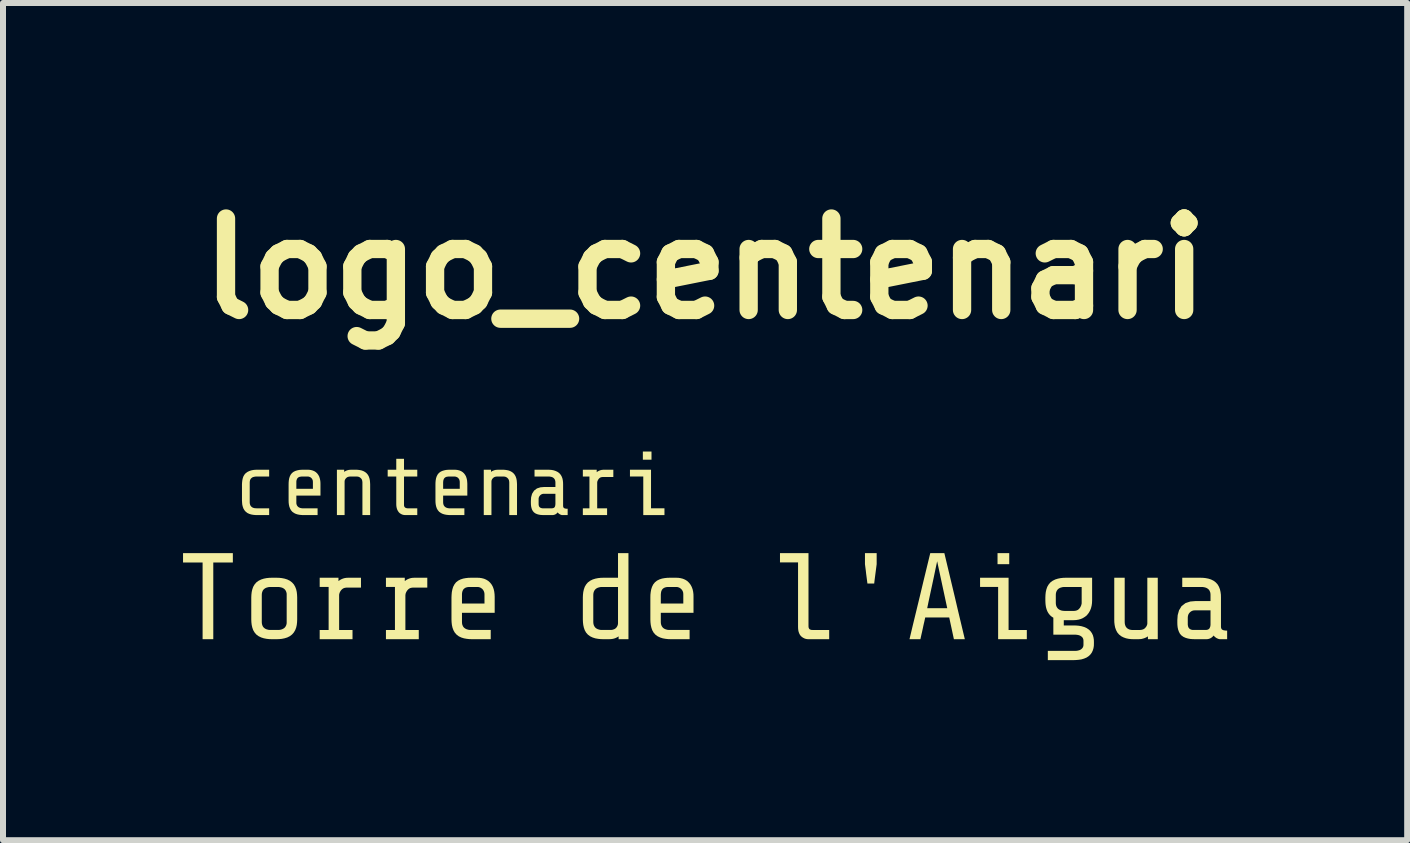
<source format=kicad_pcb>
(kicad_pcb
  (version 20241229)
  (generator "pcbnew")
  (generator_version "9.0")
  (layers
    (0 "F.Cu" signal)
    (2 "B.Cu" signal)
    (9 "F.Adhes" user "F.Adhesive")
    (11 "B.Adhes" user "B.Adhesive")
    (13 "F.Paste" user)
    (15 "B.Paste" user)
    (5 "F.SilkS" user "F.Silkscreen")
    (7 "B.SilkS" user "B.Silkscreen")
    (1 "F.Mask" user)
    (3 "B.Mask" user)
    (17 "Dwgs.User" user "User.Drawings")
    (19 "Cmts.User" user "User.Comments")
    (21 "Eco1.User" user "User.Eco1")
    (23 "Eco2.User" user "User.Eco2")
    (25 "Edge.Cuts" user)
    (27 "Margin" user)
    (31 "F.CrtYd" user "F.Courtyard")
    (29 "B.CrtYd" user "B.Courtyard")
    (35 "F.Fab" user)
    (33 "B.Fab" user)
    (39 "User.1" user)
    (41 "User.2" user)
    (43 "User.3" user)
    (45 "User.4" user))
  (footprint "logo_centenari"
    (layer "F.Cu")
    (at 8.699 6.212)
    (property "Reference" "logo_centenari" (at 0 -4.786 0) (layer "F.SilkS") (effects (font (size 1.524 1.524) (thickness 0.305))))
    (attr smd)
    (fp_poly (pts (xy -0.893 -1.738) (xy -0.893 -1.715) (xy -0.893 -1.693) (xy -0.893 -1.67) (xy -0.893 -1.647) (xy -0.893 -1.624) (xy -0.893 -1.602) (xy -0.917 -1.602) (xy -0.941 -1.602) (xy -0.965 -1.602) (xy -0.989 -1.602) (xy -1.013 -1.602) (xy -1.037 -1.602) (xy -1.037 -1.624) (xy -1.037 -1.647) (xy -1.037 -1.669) (xy -1.037 -1.692) (xy -1.037 -1.715) (xy -1.037 -1.738) (xy -1.013 -1.738) (xy -0.99 -1.738) (xy -0.966 -1.738) (xy -0.942 -1.738) (xy -0.918 -1.738) (xy -0.893 -1.738)) (stroke (width 0) (type solid)) (fill yes) (layer "F.SilkS"))
    (fp_poly (pts (xy 5.068 -0.045) (xy 5.068 -0.014) (xy 5.068 0.017) (xy 5.068 0.047) (xy 5.068 0.078) (xy 5.068 0.109) (xy 5.068 0.139) (xy 5.035 0.139) (xy 5.003 0.139) (xy 4.97 0.139) (xy 4.938 0.139) (xy 4.906 0.139) (xy 4.873 0.139) (xy 4.873 0.109) (xy 4.873 0.078) (xy 4.873 0.047) (xy 4.873 0.017) (xy 4.873 -0.014) (xy 4.873 -0.045) (xy 4.906 -0.045) (xy 4.938 -0.045) (xy 4.97 -0.045) (xy 5.003 -0.045) (xy 5.035 -0.045) (xy 5.068 -0.045)) (stroke (width 0) (type solid)) (fill yes) (layer "F.SilkS"))
    (fp_poly (pts (xy 2.664 0.139) (xy 2.664 0.109) (xy 2.664 0.078) (xy 2.664 0.047) (xy 2.664 0.017) (xy 2.664 -0.014) (xy 2.664 -0.045) (xy 2.696 -0.045) (xy 2.729 -0.045) (xy 2.761 -0.045) (xy 2.794 -0.045) (xy 2.826 -0.045) (xy 2.859 -0.045) (xy 2.859 -0.014) (xy 2.859 0.017) (xy 2.859 0.047) (xy 2.859 0.078) (xy 2.859 0.109) (xy 2.859 0.139) (xy 2.852 0.193) (xy 2.845 0.247) (xy 2.838 0.3) (xy 2.831 0.354) (xy 2.824 0.408) (xy 2.818 0.461) (xy 2.799 0.461) (xy 2.78 0.461) (xy 2.762 0.461) (xy 2.743 0.461) (xy 2.724 0.461) (xy 2.705 0.461) (xy 2.698 0.407) (xy 2.691 0.354) (xy 2.684 0.301) (xy 2.678 0.247) (xy 2.671 0.193) (xy 2.664 0.139)) (stroke (width 0) (type solid)) (fill yes) (layer "F.SilkS"))
    (fp_poly (pts (xy -8.373 1.389) (xy -8.373 1.176) (xy -8.373 0.963) (xy -8.373 0.75) (xy -8.373 0.537) (xy -8.373 0.324) (xy -8.373 0.111) (xy -8.428 0.111) (xy -8.482 0.111) (xy -8.536 0.111) (xy -8.59 0.111) (xy -8.645 0.111) (xy -8.699 0.111) (xy -8.699 0.085) (xy -8.699 0.059) (xy -8.699 0.033) (xy -8.699 0.007) (xy -8.699 -0.019) (xy -8.699 -0.045) (xy -8.56 -0.045) (xy -8.422 -0.045) (xy -8.284 -0.045) (xy -8.145 -0.045) (xy -8.007 -0.045) (xy -7.869 -0.045) (xy -7.869 -0.019) (xy -7.869 0.007) (xy -7.869 0.032) (xy -7.869 0.059) (xy -7.869 0.085) (xy -7.869 0.111) (xy -7.923 0.111) (xy -7.978 0.111) (xy -8.032 0.111) (xy -8.086 0.111) (xy -8.141 0.111) (xy -8.195 0.111) (xy -8.195 0.324) (xy -8.195 0.537) (xy -8.195 0.75) (xy -8.195 0.963) (xy -8.195 1.176) (xy -8.195 1.389) (xy -8.225 1.389) (xy -8.254 1.389) (xy -8.284 1.389) (xy -8.314 1.389) (xy -8.343 1.389) (xy -8.373 1.389)) (stroke (width 0) (type solid)) (fill yes) (layer "F.SilkS"))
    (fp_poly (pts (xy -1.252 -1.322) (xy -1.252 -1.34) (xy -1.252 -1.359) (xy -1.252 -1.378) (xy -1.252 -1.397) (xy -1.252 -1.416) (xy -1.252 -1.435) (xy -1.193 -1.435) (xy -1.135 -1.435) (xy -1.077 -1.435) (xy -1.018 -1.435) (xy -0.959 -1.435) (xy -0.901 -1.435) (xy -0.901 -1.328) (xy -0.901 -1.22) (xy -0.901 -1.113) (xy -0.901 -1.006) (xy -0.901 -0.899) (xy -0.901 -0.792) (xy -0.863 -0.792) (xy -0.826 -0.792) (xy -0.789 -0.792) (xy -0.752 -0.792) (xy -0.715 -0.792) (xy -0.677 -0.792) (xy -0.677 -0.773) (xy -0.677 -0.754) (xy -0.677 -0.736) (xy -0.677 -0.717) (xy -0.677 -0.698) (xy -0.677 -0.679) (xy -0.736 -0.679) (xy -0.795 -0.679) (xy -0.853 -0.679) (xy -0.912 -0.679) (xy -0.971 -0.679) (xy -1.03 -0.679) (xy -1.03 -0.786) (xy -1.03 -0.893) (xy -1.03 -1) (xy -1.03 -1.108) (xy -1.03 -1.215) (xy -1.03 -1.322) (xy -1.067 -1.322) (xy -1.104 -1.322) (xy -1.141 -1.322) (xy -1.178 -1.322) (xy -1.215 -1.322) (xy -1.252 -1.322)) (stroke (width 0) (type solid)) (fill yes) (layer "F.SilkS"))
    (fp_poly (pts (xy 4.582 0.518) (xy 4.582 0.493) (xy 4.582 0.468) (xy 4.582 0.442) (xy 4.582 0.416) (xy 4.582 0.391) (xy 4.582 0.365) (xy 4.661 0.365) (xy 4.74 0.365) (xy 4.82 0.365) (xy 4.899 0.365) (xy 4.978 0.365) (xy 5.057 0.365) (xy 5.057 0.51) (xy 5.057 0.655) (xy 5.057 0.8) (xy 5.057 0.945) (xy 5.057 1.09) (xy 5.057 1.236) (xy 5.108 1.236) (xy 5.158 1.236) (xy 5.209 1.236) (xy 5.259 1.236) (xy 5.31 1.236) (xy 5.361 1.236) (xy 5.361 1.261) (xy 5.361 1.287) (xy 5.361 1.312) (xy 5.361 1.338) (xy 5.361 1.363) (xy 5.361 1.389) (xy 5.281 1.389) (xy 5.201 1.389) (xy 5.122 1.389) (xy 5.042 1.389) (xy 4.963 1.389) (xy 4.883 1.389) (xy 4.883 1.244) (xy 4.883 1.099) (xy 4.883 0.954) (xy 4.883 0.809) (xy 4.883 0.664) (xy 4.883 0.518) (xy 4.833 0.518) (xy 4.783 0.518) (xy 4.733 0.518) (xy 4.682 0.518) (xy 4.632 0.518) (xy 4.582 0.518)) (stroke (width 0) (type solid)) (fill yes) (layer "F.SilkS"))
    (fp_poly (pts (xy 3.752 -0.045) (xy 3.867 0.09) (xy 3.895 0.221) (xy 3.923 0.351) (xy 3.951 0.482) (xy 3.979 0.612) (xy 4.007 0.743) (xy 4.035 0.873) (xy 3.979 0.873) (xy 3.924 0.873) (xy 3.868 0.873) (xy 3.812 0.873) (xy 3.756 0.873) (xy 3.701 0.873) (xy 3.728 0.743) (xy 3.756 0.612) (xy 3.784 0.482) (xy 3.812 0.351) (xy 3.839 0.221) (xy 3.867 0.09) (xy 3.752 -0.045) (xy 3.694 0.194) (xy 3.636 0.433) (xy 3.579 0.672) (xy 3.521 0.911) (xy 3.463 1.15) (xy 3.406 1.389) (xy 3.436 1.389) (xy 3.466 1.389) (xy 3.497 1.389) (xy 3.527 1.389) (xy 3.557 1.389) (xy 3.588 1.389) (xy 3.601 1.329) (xy 3.615 1.268) (xy 3.628 1.208) (xy 3.641 1.147) (xy 3.655 1.087) (xy 3.668 1.027) (xy 3.734 1.027) (xy 3.801 1.027) (xy 3.868 1.027) (xy 3.935 1.027) (xy 4.001 1.027) (xy 4.068 1.027) (xy 4.081 1.087) (xy 4.094 1.148) (xy 4.107 1.208) (xy 4.12 1.269) (xy 4.133 1.329) (xy 4.146 1.389) (xy 4.176 1.389) (xy 4.206 1.389) (xy 4.237 1.389) (xy 4.267 1.389) (xy 4.297 1.389) (xy 4.328 1.389) (xy 4.271 1.15) (xy 4.214 0.911) (xy 4.158 0.672) (xy 4.101 0.433) (xy 4.044 0.194) (xy 3.987 -0.045) (xy 3.948 -0.045) (xy 3.909 -0.045) (xy 3.87 -0.045) (xy 3.83 -0.045) (xy 3.791 -0.045) (xy 3.752 -0.045)) (stroke (width 0) (type solid)) (fill yes) (layer "F.SilkS"))
    (fp_poly (pts (xy 1.723 1.389) (xy 1.701 1.388) (xy 1.679 1.384) (xy 1.657 1.377) (xy 1.637 1.367) (xy 1.618 1.355) (xy 1.6 1.34) (xy 1.582 1.319) (xy 1.569 1.294) (xy 1.559 1.268) (xy 1.553 1.24) (xy 1.55 1.213) (xy 1.549 1.184) (xy 1.549 1.005) (xy 1.549 0.826) (xy 1.549 0.646) (xy 1.549 0.467) (xy 1.549 0.288) (xy 1.549 0.109) (xy 1.499 0.109) (xy 1.449 0.109) (xy 1.399 0.109) (xy 1.348 0.109) (xy 1.298 0.109) (xy 1.248 0.109) (xy 1.248 0.083) (xy 1.248 0.058) (xy 1.248 0.032) (xy 1.248 0.007) (xy 1.248 -0.019) (xy 1.248 -0.045) (xy 1.327 -0.045) (xy 1.406 -0.045) (xy 1.486 -0.045) (xy 1.565 -0.045) (xy 1.644 -0.045) (xy 1.723 -0.045) (xy 1.723 0.158) (xy 1.723 0.361) (xy 1.723 0.565) (xy 1.723 0.768) (xy 1.723 0.971) (xy 1.723 1.174) (xy 1.724 1.183) (xy 1.725 1.191) (xy 1.726 1.199) (xy 1.73 1.207) (xy 1.734 1.215) (xy 1.74 1.221) (xy 1.748 1.227) (xy 1.757 1.23) (xy 1.766 1.233) (xy 1.775 1.235) (xy 1.785 1.235) (xy 1.795 1.236) (xy 1.841 1.236) (xy 1.886 1.236) (xy 1.931 1.236) (xy 1.977 1.236) (xy 2.022 1.236) (xy 2.068 1.236) (xy 2.068 1.261) (xy 2.068 1.286) (xy 2.068 1.312) (xy 2.068 1.338) (xy 2.068 1.363) (xy 2.068 1.389) (xy 2.01 1.389) (xy 1.953 1.389) (xy 1.896 1.389) (xy 1.838 1.389) (xy 1.78 1.389) (xy 1.723 1.389)) (stroke (width 0) (type solid)) (fill yes) (layer "F.SilkS"))
    (fp_poly (pts (xy -7.459 -0.679) (xy -7.494 -0.68) (xy -7.528 -0.683) (xy -7.562 -0.689) (xy -7.595 -0.699) (xy -7.627 -0.714) (xy -7.654 -0.735) (xy -7.676 -0.76) (xy -7.693 -0.789) (xy -7.704 -0.821) (xy -7.712 -0.853) (xy -7.715 -0.887) (xy -7.717 -0.921) (xy -7.717 -0.966) (xy -7.717 -1.011) (xy -7.717 -1.057) (xy -7.717 -1.102) (xy -7.717 -1.148) (xy -7.717 -1.193) (xy -7.715 -1.226) (xy -7.711 -1.26) (xy -7.704 -1.292) (xy -7.693 -1.324) (xy -7.676 -1.353) (xy -7.654 -1.378) (xy -7.626 -1.398) (xy -7.595 -1.413) (xy -7.562 -1.424) (xy -7.528 -1.431) (xy -7.494 -1.434) (xy -7.459 -1.435) (xy -7.427 -1.435) (xy -7.394 -1.435) (xy -7.362 -1.435) (xy -7.329 -1.435) (xy -7.297 -1.435) (xy -7.264 -1.435) (xy -7.264 -1.416) (xy -7.264 -1.398) (xy -7.264 -1.379) (xy -7.264 -1.36) (xy -7.264 -1.341) (xy -7.264 -1.322) (xy -7.299 -1.322) (xy -7.334 -1.322) (xy -7.369 -1.322) (xy -7.404 -1.322) (xy -7.439 -1.322) (xy -7.474 -1.322) (xy -7.49 -1.321) (xy -7.504 -1.319) (xy -7.519 -1.316) (xy -7.534 -1.312) (xy -7.547 -1.305) (xy -7.559 -1.296) (xy -7.569 -1.286) (xy -7.576 -1.275) (xy -7.582 -1.263) (xy -7.585 -1.25) (xy -7.587 -1.237) (xy -7.588 -1.223) (xy -7.588 -1.168) (xy -7.588 -1.112) (xy -7.588 -1.057) (xy -7.588 -1.001) (xy -7.588 -0.946) (xy -7.588 -0.89) (xy -7.587 -0.877) (xy -7.585 -0.864) (xy -7.581 -0.851) (xy -7.576 -0.839) (xy -7.568 -0.827) (xy -7.559 -0.818) (xy -7.547 -0.809) (xy -7.534 -0.802) (xy -7.519 -0.797) (xy -7.504 -0.794) (xy -7.489 -0.793) (xy -7.474 -0.792) (xy -7.439 -0.792) (xy -7.404 -0.792) (xy -7.369 -0.792) (xy -7.334 -0.792) (xy -7.299 -0.792) (xy -7.264 -0.792) (xy -7.264 -0.773) (xy -7.264 -0.754) (xy -7.264 -0.736) (xy -7.264 -0.717) (xy -7.264 -0.698) (xy -7.264 -0.679) (xy -7.297 -0.679) (xy -7.329 -0.679) (xy -7.362 -0.679) (xy -7.394 -0.679) (xy -7.427 -0.679) (xy -7.459 -0.679)) (stroke (width 0) (type solid)) (fill yes) (layer "F.SilkS"))
    (fp_poly (pts (xy -6.273 1.236) (xy -6.273 1.116) (xy -6.273 0.997) (xy -6.273 0.877) (xy -6.273 0.757) (xy -6.273 0.638) (xy -6.273 0.518) (xy -6.297 0.518) (xy -6.322 0.518) (xy -6.347 0.518) (xy -6.372 0.518) (xy -6.397 0.518) (xy -6.422 0.518) (xy -6.422 0.493) (xy -6.422 0.468) (xy -6.422 0.442) (xy -6.422 0.416) (xy -6.422 0.391) (xy -6.422 0.365) (xy -6.37 0.365) (xy -6.318 0.365) (xy -6.266 0.365) (xy -6.213 0.365) (xy -6.161 0.365) (xy -6.109 0.365) (xy -6.109 0.374) (xy -6.109 0.383) (xy -6.109 0.393) (xy -6.109 0.402) (xy -6.109 0.411) (xy -6.109 0.42) (xy -6.085 0.403) (xy -6.059 0.389) (xy -6.032 0.378) (xy -6.003 0.37) (xy -5.974 0.366) (xy -5.945 0.365) (xy -5.909 0.365) (xy -5.874 0.365) (xy -5.839 0.365) (xy -5.804 0.365) (xy -5.769 0.365) (xy -5.734 0.365) (xy -5.734 0.392) (xy -5.734 0.419) (xy -5.734 0.446) (xy -5.734 0.474) (xy -5.734 0.501) (xy -5.734 0.529) (xy -5.772 0.529) (xy -5.811 0.529) (xy -5.849 0.529) (xy -5.888 0.529) (xy -5.926 0.529) (xy -5.965 0.529) (xy -5.984 0.53) (xy -6.002 0.533) (xy -6.02 0.538) (xy -6.036 0.547) (xy -6.051 0.558) (xy -6.064 0.572) (xy -6.073 0.584) (xy -6.081 0.597) (xy -6.088 0.611) (xy -6.093 0.626) (xy -6.097 0.641) (xy -6.098 0.656) (xy -6.098 0.752) (xy -6.098 0.849) (xy -6.098 0.946) (xy -6.098 1.043) (xy -6.098 1.139) (xy -6.098 1.236) (xy -6.061 1.236) (xy -6.024 1.236) (xy -5.987 1.236) (xy -5.95 1.236) (xy -5.913 1.236) (xy -5.875 1.236) (xy -5.875 1.261) (xy -5.875 1.287) (xy -5.875 1.312) (xy -5.875 1.338) (xy -5.875 1.363) (xy -5.875 1.389) (xy -5.966 1.389) (xy -6.057 1.389) (xy -6.149 1.389) (xy -6.24 1.389) (xy -6.331 1.389) (xy -6.422 1.389) (xy -6.422 1.364) (xy -6.422 1.338) (xy -6.422 1.313) (xy -6.422 1.287) (xy -6.422 1.262) (xy -6.422 1.236) (xy -6.397 1.236) (xy -6.373 1.236) (xy -6.348 1.236) (xy -6.323 1.236) (xy -6.298 1.236) (xy -6.273 1.236)) (stroke (width 0) (type solid)) (fill yes) (layer "F.SilkS"))
    (fp_poly (pts (xy -6.014 -1.435) (xy -6.014 -1.429) (xy -6.014 -1.423) (xy -6.014 -1.417) (xy -6.014 -1.411) (xy -6.014 -1.405) (xy -6.014 -1.399) (xy -5.996 -1.411) (xy -5.977 -1.42) (xy -5.957 -1.427) (xy -5.936 -1.432) (xy -5.914 -1.434) (xy -5.893 -1.435) (xy -5.882 -1.435) (xy -5.87 -1.435) (xy -5.858 -1.435) (xy -5.847 -1.435) (xy -5.835 -1.435) (xy -5.823 -1.435) (xy -5.791 -1.434) (xy -5.759 -1.43) (xy -5.727 -1.424) (xy -5.696 -1.413) (xy -5.668 -1.398) (xy -5.642 -1.378) (xy -5.62 -1.352) (xy -5.604 -1.323) (xy -5.593 -1.292) (xy -5.586 -1.259) (xy -5.583 -1.227) (xy -5.581 -1.193) (xy -5.581 -1.107) (xy -5.581 -1.022) (xy -5.581 -0.936) (xy -5.581 -0.85) (xy -5.581 -0.764) (xy -5.581 -0.679) (xy -5.603 -0.679) (xy -5.624 -0.679) (xy -5.645 -0.679) (xy -5.667 -0.679) (xy -5.688 -0.679) (xy -5.71 -0.679) (xy -5.71 -0.769) (xy -5.71 -0.86) (xy -5.71 -0.951) (xy -5.71 -1.042) (xy -5.71 -1.133) (xy -5.71 -1.223) (xy -5.711 -1.236) (xy -5.713 -1.249) (xy -5.716 -1.262) (xy -5.721 -1.274) (xy -5.728 -1.285) (xy -5.737 -1.294) (xy -5.747 -1.303) (xy -5.758 -1.31) (xy -5.77 -1.316) (xy -5.782 -1.319) (xy -5.795 -1.321) (xy -5.808 -1.322) (xy -5.825 -1.322) (xy -5.841 -1.322) (xy -5.858 -1.322) (xy -5.875 -1.322) (xy -5.892 -1.322) (xy -5.908 -1.322) (xy -5.922 -1.321) (xy -5.935 -1.319) (xy -5.949 -1.316) (xy -5.961 -1.311) (xy -5.973 -1.303) (xy -5.982 -1.294) (xy -5.989 -1.287) (xy -5.995 -1.278) (xy -6 -1.269) (xy -6.004 -1.259) (xy -6.006 -1.249) (xy -6.007 -1.238) (xy -6.007 -1.145) (xy -6.007 -1.052) (xy -6.007 -0.958) (xy -6.007 -0.865) (xy -6.007 -0.772) (xy -6.007 -0.679) (xy -6.028 -0.679) (xy -6.049 -0.679) (xy -6.071 -0.679) (xy -6.092 -0.679) (xy -6.114 -0.679) (xy -6.135 -0.679) (xy -6.135 -0.805) (xy -6.135 -0.931) (xy -6.135 -1.057) (xy -6.135 -1.183) (xy -6.135 -1.309) (xy -6.135 -1.435) (xy -6.115 -1.435) (xy -6.095 -1.435) (xy -6.075 -1.435) (xy -6.055 -1.435) (xy -6.035 -1.435) (xy -6.014 -1.435)) (stroke (width 0) (type solid)) (fill yes) (layer "F.SilkS"))
    (fp_poly (pts (xy -5.168 1.236) (xy -5.168 1.116) (xy -5.168 0.997) (xy -5.168 0.877) (xy -5.168 0.757) (xy -5.168 0.638) (xy -5.168 0.518) (xy -5.193 0.518) (xy -5.218 0.518) (xy -5.242 0.518) (xy -5.268 0.518) (xy -5.292 0.518) (xy -5.318 0.518) (xy -5.318 0.493) (xy -5.318 0.468) (xy -5.318 0.442) (xy -5.318 0.416) (xy -5.318 0.391) (xy -5.318 0.365) (xy -5.265 0.365) (xy -5.213 0.365) (xy -5.161 0.365) (xy -5.109 0.365) (xy -5.056 0.365) (xy -5.004 0.365) (xy -5.004 0.374) (xy -5.004 0.383) (xy -5.004 0.393) (xy -5.004 0.402) (xy -5.004 0.411) (xy -5.004 0.42) (xy -4.98 0.403) (xy -4.955 0.389) (xy -4.927 0.378) (xy -4.899 0.37) (xy -4.87 0.366) (xy -4.84 0.365) (xy -4.805 0.365) (xy -4.77 0.365) (xy -4.735 0.365) (xy -4.7 0.365) (xy -4.665 0.365) (xy -4.629 0.365) (xy -4.629 0.392) (xy -4.629 0.419) (xy -4.629 0.446) (xy -4.629 0.474) (xy -4.629 0.501) (xy -4.629 0.529) (xy -4.668 0.529) (xy -4.706 0.529) (xy -4.745 0.529) (xy -4.783 0.529) (xy -4.822 0.529) (xy -4.861 0.529) (xy -4.879 0.53) (xy -4.898 0.533) (xy -4.915 0.538) (xy -4.932 0.547) (xy -4.946 0.558) (xy -4.959 0.572) (xy -4.968 0.584) (xy -4.976 0.597) (xy -4.983 0.611) (xy -4.989 0.626) (xy -4.992 0.641) (xy -4.994 0.656) (xy -4.994 0.752) (xy -4.994 0.849) (xy -4.994 0.946) (xy -4.994 1.043) (xy -4.994 1.139) (xy -4.994 1.236) (xy -4.957 1.236) (xy -4.919 1.236) (xy -4.882 1.236) (xy -4.845 1.236) (xy -4.808 1.236) (xy -4.771 1.236) (xy -4.771 1.261) (xy -4.771 1.287) (xy -4.771 1.312) (xy -4.771 1.338) (xy -4.771 1.363) (xy -4.771 1.389) (xy -4.862 1.389) (xy -4.953 1.389) (xy -5.044 1.389) (xy -5.136 1.389) (xy -5.227 1.389) (xy -5.318 1.389) (xy -5.318 1.364) (xy -5.318 1.338) (xy -5.318 1.313) (xy -5.318 1.287) (xy -5.318 1.262) (xy -5.318 1.236) (xy -5.293 1.236) (xy -5.268 1.236) (xy -5.243 1.236) (xy -5.218 1.236) (xy -5.193 1.236) (xy -5.168 1.236)) (stroke (width 0) (type solid)) (fill yes) (layer "F.SilkS"))
    (fp_poly (pts (xy -3.567 -1.435) (xy -3.567 -1.429) (xy -3.567 -1.423) (xy -3.567 -1.417) (xy -3.567 -1.411) (xy -3.567 -1.405) (xy -3.567 -1.399) (xy -3.549 -1.411) (xy -3.53 -1.42) (xy -3.51 -1.427) (xy -3.489 -1.432) (xy -3.468 -1.434) (xy -3.446 -1.435) (xy -3.435 -1.435) (xy -3.423 -1.435) (xy -3.411 -1.435) (xy -3.4 -1.435) (xy -3.388 -1.435) (xy -3.377 -1.435) (xy -3.344 -1.434) (xy -3.312 -1.43) (xy -3.28 -1.424) (xy -3.249 -1.413) (xy -3.221 -1.398) (xy -3.195 -1.378) (xy -3.173 -1.352) (xy -3.157 -1.323) (xy -3.146 -1.292) (xy -3.139 -1.259) (xy -3.136 -1.227) (xy -3.134 -1.193) (xy -3.134 -1.107) (xy -3.134 -1.022) (xy -3.134 -0.936) (xy -3.134 -0.85) (xy -3.134 -0.764) (xy -3.134 -0.679) (xy -3.156 -0.679) (xy -3.177 -0.679) (xy -3.198 -0.679) (xy -3.22 -0.679) (xy -3.241 -0.679) (xy -3.263 -0.679) (xy -3.263 -0.769) (xy -3.263 -0.86) (xy -3.263 -0.951) (xy -3.263 -1.042) (xy -3.263 -1.133) (xy -3.263 -1.223) (xy -3.264 -1.236) (xy -3.266 -1.249) (xy -3.269 -1.262) (xy -3.275 -1.274) (xy -3.282 -1.285) (xy -3.29 -1.294) (xy -3.3 -1.303) (xy -3.311 -1.31) (xy -3.323 -1.316) (xy -3.336 -1.319) (xy -3.348 -1.321) (xy -3.361 -1.322) (xy -3.378 -1.322) (xy -3.395 -1.322) (xy -3.411 -1.322) (xy -3.428 -1.322) (xy -3.445 -1.322) (xy -3.461 -1.322) (xy -3.475 -1.321) (xy -3.489 -1.319) (xy -3.502 -1.316) (xy -3.514 -1.311) (xy -3.526 -1.303) (xy -3.535 -1.294) (xy -3.542 -1.287) (xy -3.548 -1.278) (xy -3.553 -1.269) (xy -3.557 -1.259) (xy -3.559 -1.249) (xy -3.56 -1.238) (xy -3.56 -1.145) (xy -3.56 -1.052) (xy -3.56 -0.958) (xy -3.56 -0.865) (xy -3.56 -0.772) (xy -3.56 -0.679) (xy -3.581 -0.679) (xy -3.602 -0.679) (xy -3.624 -0.679) (xy -3.645 -0.679) (xy -3.667 -0.679) (xy -3.688 -0.679) (xy -3.688 -0.805) (xy -3.688 -0.931) (xy -3.688 -1.057) (xy -3.688 -1.183) (xy -3.688 -1.309) (xy -3.688 -1.435) (xy -3.668 -1.435) (xy -3.648 -1.435) (xy -3.628 -1.435) (xy -3.608 -1.435) (xy -3.588 -1.435) (xy -3.567 -1.435)) (stroke (width 0) (type solid)) (fill yes) (layer "F.SilkS"))
    (fp_poly (pts (xy -1.927 -0.792) (xy -1.927 -0.88) (xy -1.927 -0.969) (xy -1.927 -1.057) (xy -1.927 -1.145) (xy -1.927 -1.233) (xy -1.927 -1.322) (xy -1.945 -1.322) (xy -1.963 -1.322) (xy -1.982 -1.322) (xy -2 -1.322) (xy -2.019 -1.322) (xy -2.037 -1.322) (xy -2.037 -1.34) (xy -2.037 -1.359) (xy -2.037 -1.378) (xy -2.037 -1.397) (xy -2.037 -1.416) (xy -2.037 -1.435) (xy -1.999 -1.435) (xy -1.96 -1.435) (xy -1.922 -1.435) (xy -1.883 -1.435) (xy -1.845 -1.435) (xy -1.806 -1.435) (xy -1.806 -1.428) (xy -1.806 -1.422) (xy -1.806 -1.415) (xy -1.806 -1.408) (xy -1.806 -1.401) (xy -1.806 -1.394) (xy -1.788 -1.407) (xy -1.769 -1.417) (xy -1.749 -1.425) (xy -1.728 -1.431) (xy -1.706 -1.434) (xy -1.685 -1.435) (xy -1.659 -1.435) (xy -1.633 -1.435) (xy -1.607 -1.435) (xy -1.581 -1.435) (xy -1.555 -1.435) (xy -1.529 -1.435) (xy -1.529 -1.415) (xy -1.529 -1.395) (xy -1.529 -1.375) (xy -1.529 -1.355) (xy -1.529 -1.334) (xy -1.529 -1.314) (xy -1.557 -1.314) (xy -1.586 -1.314) (xy -1.614 -1.314) (xy -1.643 -1.314) (xy -1.671 -1.314) (xy -1.7 -1.314) (xy -1.714 -1.313) (xy -1.727 -1.311) (xy -1.741 -1.307) (xy -1.752 -1.301) (xy -1.763 -1.292) (xy -1.773 -1.282) (xy -1.779 -1.273) (xy -1.785 -1.263) (xy -1.79 -1.253) (xy -1.794 -1.243) (xy -1.797 -1.232) (xy -1.798 -1.22) (xy -1.798 -1.149) (xy -1.798 -1.078) (xy -1.798 -1.006) (xy -1.798 -0.935) (xy -1.798 -0.863) (xy -1.798 -0.792) (xy -1.771 -0.792) (xy -1.744 -0.792) (xy -1.716 -0.792) (xy -1.689 -0.792) (xy -1.661 -0.792) (xy -1.633 -0.792) (xy -1.633 -0.773) (xy -1.633 -0.754) (xy -1.633 -0.736) (xy -1.633 -0.717) (xy -1.633 -0.698) (xy -1.633 -0.679) (xy -1.701 -0.679) (xy -1.768 -0.679) (xy -1.835 -0.679) (xy -1.903 -0.679) (xy -1.97 -0.679) (xy -2.037 -0.679) (xy -2.037 -0.697) (xy -2.037 -0.716) (xy -2.037 -0.735) (xy -2.037 -0.754) (xy -2.037 -0.773) (xy -2.037 -0.792) (xy -2.019 -0.792) (xy -2.001 -0.792) (xy -1.982 -0.792) (xy -1.964 -0.792) (xy -1.945 -0.792) (xy -1.927 -0.792)) (stroke (width 0) (type solid)) (fill yes) (layer "F.SilkS"))
    (fp_poly (pts (xy 7.379 1.342) (xy 7.354 1.357) (xy 7.328 1.369) (xy 7.301 1.378) (xy 7.273 1.385) (xy 7.244 1.388) (xy 7.215 1.389) (xy 7.204 1.389) (xy 7.192 1.389) (xy 7.18 1.389) (xy 7.169 1.389) (xy 7.157 1.389) (xy 7.145 1.389) (xy 7.101 1.388) (xy 7.057 1.383) (xy 7.014 1.374) (xy 6.972 1.359) (xy 6.933 1.339) (xy 6.898 1.311) (xy 6.869 1.277) (xy 6.848 1.237) (xy 6.833 1.195) (xy 6.824 1.151) (xy 6.819 1.106) (xy 6.818 1.061) (xy 6.818 0.945) (xy 6.818 0.829) (xy 6.818 0.713) (xy 6.818 0.597) (xy 6.818 0.481) (xy 6.818 0.365) (xy 6.847 0.365) (xy 6.876 0.365) (xy 6.905 0.365) (xy 6.934 0.365) (xy 6.963 0.365) (xy 6.992 0.365) (xy 6.992 0.488) (xy 6.992 0.611) (xy 6.992 0.734) (xy 6.992 0.857) (xy 6.992 0.98) (xy 6.992 1.102) (xy 6.993 1.12) (xy 6.995 1.138) (xy 7 1.155) (xy 7.006 1.172) (xy 7.015 1.187) (xy 7.027 1.201) (xy 7.04 1.212) (xy 7.056 1.221) (xy 7.072 1.228) (xy 7.089 1.232) (xy 7.107 1.235) (xy 7.125 1.236) (xy 7.143 1.236) (xy 7.162 1.236) (xy 7.18 1.236) (xy 7.199 1.236) (xy 7.217 1.236) (xy 7.236 1.236) (xy 7.253 1.235) (xy 7.27 1.233) (xy 7.287 1.229) (xy 7.304 1.223) (xy 7.319 1.214) (xy 7.332 1.203) (xy 7.341 1.192) (xy 7.35 1.181) (xy 7.357 1.169) (xy 7.362 1.157) (xy 7.367 1.143) (xy 7.369 1.129) (xy 7.369 1.002) (xy 7.369 0.874) (xy 7.369 0.747) (xy 7.369 0.62) (xy 7.369 0.492) (xy 7.369 0.365) (xy 7.398 0.365) (xy 7.427 0.365) (xy 7.456 0.365) (xy 7.485 0.365) (xy 7.514 0.365) (xy 7.543 0.365) (xy 7.543 0.536) (xy 7.543 0.706) (xy 7.543 0.877) (xy 7.543 1.048) (xy 7.543 1.219) (xy 7.543 1.389) (xy 7.516 1.389) (xy 7.489 1.389) (xy 7.461 1.389) (xy 7.434 1.389) (xy 7.407 1.389) (xy 7.379 1.389) (xy 7.379 1.382) (xy 7.379 1.374) (xy 7.379 1.366) (xy 7.379 1.358) (xy 7.379 1.35) (xy 7.379 1.342)) (stroke (width 0) (type solid)) (fill yes) (layer "F.SilkS"))
    (fp_poly (pts (xy -4.987 -0.679) (xy -5.009 -0.68) (xy -5.031 -0.683) (xy -5.052 -0.69) (xy -5.071 -0.7) (xy -5.089 -0.712) (xy -5.105 -0.728) (xy -5.118 -0.747) (xy -5.129 -0.768) (xy -5.137 -0.791) (xy -5.142 -0.813) (xy -5.145 -0.837) (xy -5.146 -0.86) (xy -5.146 -0.937) (xy -5.146 -1.014) (xy -5.146 -1.091) (xy -5.146 -1.168) (xy -5.146 -1.245) (xy -5.146 -1.322) (xy -5.169 -1.322) (xy -5.193 -1.322) (xy -5.217 -1.322) (xy -5.241 -1.322) (xy -5.265 -1.322) (xy -5.289 -1.322) (xy -5.289 -1.34) (xy -5.289 -1.359) (xy -5.289 -1.378) (xy -5.289 -1.397) (xy -5.289 -1.416) (xy -5.289 -1.435) (xy -5.266 -1.435) (xy -5.242 -1.435) (xy -5.218 -1.435) (xy -5.194 -1.435) (xy -5.17 -1.435) (xy -5.146 -1.435) (xy -5.146 -1.465) (xy -5.146 -1.496) (xy -5.146 -1.526) (xy -5.146 -1.556) (xy -5.146 -1.586) (xy -5.146 -1.617) (xy -5.124 -1.617) (xy -5.103 -1.617) (xy -5.082 -1.617) (xy -5.06 -1.617) (xy -5.039 -1.617) (xy -5.017 -1.617) (xy -5.017 -1.586) (xy -5.017 -1.556) (xy -5.017 -1.526) (xy -5.017 -1.496) (xy -5.017 -1.466) (xy -5.017 -1.435) (xy -4.98 -1.435) (xy -4.943 -1.435) (xy -4.907 -1.435) (xy -4.87 -1.435) (xy -4.833 -1.435) (xy -4.796 -1.435) (xy -4.796 -1.416) (xy -4.796 -1.398) (xy -4.796 -1.379) (xy -4.796 -1.36) (xy -4.796 -1.341) (xy -4.796 -1.322) (xy -4.833 -1.322) (xy -4.87 -1.322) (xy -4.906 -1.322) (xy -4.943 -1.322) (xy -4.98 -1.322) (xy -5.017 -1.322) (xy -5.017 -1.244) (xy -5.017 -1.165) (xy -5.017 -1.087) (xy -5.017 -1.009) (xy -5.017 -0.931) (xy -5.017 -0.853) (xy -5.017 -0.844) (xy -5.016 -0.835) (xy -5.014 -0.827) (xy -5.011 -0.819) (xy -5.006 -0.812) (xy -5 -0.806) (xy -4.993 -0.801) (xy -4.985 -0.797) (xy -4.976 -0.795) (xy -4.967 -0.793) (xy -4.958 -0.792) (xy -4.949 -0.792) (xy -4.924 -0.792) (xy -4.898 -0.792) (xy -4.873 -0.792) (xy -4.847 -0.792) (xy -4.822 -0.792) (xy -4.796 -0.792) (xy -4.796 -0.773) (xy -4.796 -0.754) (xy -4.796 -0.736) (xy -4.796 -0.717) (xy -4.796 -0.698) (xy -4.796 -0.679) (xy -4.828 -0.679) (xy -4.86 -0.679) (xy -4.891 -0.679) (xy -4.923 -0.679) (xy -4.955 -0.679) (xy -4.987 -0.679)) (stroke (width 0) (type solid)) (fill yes) (layer "F.SilkS"))
    (fp_poly (pts (xy -1.451 -0.045) (xy -1.451 0.023) (xy -1.451 0.091) (xy -1.451 0.16) (xy -1.451 0.228) (xy -1.451 0.296) (xy -1.451 0.365) (xy -1.709 0.519) (xy -1.666 0.519) (xy -1.623 0.519) (xy -1.58 0.519) (xy -1.537 0.519) (xy -1.494 0.519) (xy -1.451 0.519) (xy -1.451 0.619) (xy -1.451 0.72) (xy -1.451 0.821) (xy -1.451 0.922) (xy -1.451 1.022) (xy -1.451 1.123) (xy -1.452 1.137) (xy -1.455 1.151) (xy -1.46 1.165) (xy -1.466 1.177) (xy -1.474 1.19) (xy -1.484 1.201) (xy -1.497 1.213) (xy -1.513 1.222) (xy -1.53 1.228) (xy -1.548 1.233) (xy -1.566 1.235) (xy -1.584 1.235) (xy -1.605 1.235) (xy -1.626 1.235) (xy -1.646 1.235) (xy -1.667 1.235) (xy -1.688 1.235) (xy -1.709 1.235) (xy -1.729 1.235) (xy -1.75 1.233) (xy -1.77 1.228) (xy -1.789 1.222) (xy -1.807 1.213) (xy -1.824 1.201) (xy -1.836 1.188) (xy -1.846 1.173) (xy -1.854 1.156) (xy -1.859 1.139) (xy -1.862 1.121) (xy -1.863 1.103) (xy -1.863 1.028) (xy -1.863 0.952) (xy -1.863 0.877) (xy -1.863 0.802) (xy -1.863 0.727) (xy -1.863 0.651) (xy -1.862 0.633) (xy -1.859 0.615) (xy -1.854 0.598) (xy -1.846 0.581) (xy -1.836 0.566) (xy -1.824 0.553) (xy -1.807 0.541) (xy -1.789 0.532) (xy -1.769 0.526) (xy -1.749 0.521) (xy -1.729 0.519) (xy -1.709 0.519) (xy -1.451 0.365) (xy -1.491 0.365) (xy -1.53 0.365) (xy -1.57 0.365) (xy -1.609 0.365) (xy -1.649 0.365) (xy -1.689 0.365) (xy -1.736 0.366) (xy -1.782 0.371) (xy -1.828 0.38) (xy -1.873 0.394) (xy -1.915 0.415) (xy -1.953 0.443) (xy -1.982 0.477) (xy -2.005 0.516) (xy -2.02 0.559) (xy -2.03 0.603) (xy -2.035 0.648) (xy -2.037 0.693) (xy -2.037 0.754) (xy -2.037 0.816) (xy -2.037 0.877) (xy -2.037 0.939) (xy -2.037 1) (xy -2.037 1.061) (xy -2.035 1.107) (xy -2.03 1.152) (xy -2.02 1.197) (xy -2.005 1.24) (xy -1.983 1.279) (xy -1.953 1.313) (xy -1.915 1.341) (xy -1.873 1.361) (xy -1.829 1.375) (xy -1.783 1.383) (xy -1.736 1.388) (xy -1.689 1.389) (xy -1.675 1.389) (xy -1.661 1.389) (xy -1.647 1.389) (xy -1.632 1.389) (xy -1.619 1.389) (xy -1.604 1.389) (xy -1.576 1.388) (xy -1.547 1.385) (xy -1.519 1.379) (xy -1.492 1.37) (xy -1.465 1.357) (xy -1.441 1.342) (xy -1.441 1.35) (xy -1.441 1.358) (xy -1.441 1.366) (xy -1.441 1.374) (xy -1.441 1.381) (xy -1.441 1.389) (xy -1.414 1.389) (xy -1.386 1.389) (xy -1.359 1.389) (xy -1.332 1.389) (xy -1.304 1.389) (xy -1.277 1.389) (xy -1.277 1.15) (xy -1.277 0.911) (xy -1.277 0.672) (xy -1.277 0.433) (xy -1.277 0.194) (xy -1.277 -0.045) (xy -1.306 -0.045) (xy -1.335 -0.045) (xy -1.364 -0.045) (xy -1.393 -0.045) (xy -1.422 -0.045) (xy -1.451 -0.045)) (stroke (width 0) (type solid)) (fill yes) (layer "F.SilkS"))
    (fp_poly (pts (xy -7.213 0.365) (xy -7.234 0.519) (xy -7.216 0.519) (xy -7.198 0.519) (xy -7.18 0.519) (xy -7.161 0.519) (xy -7.143 0.519) (xy -7.125 0.519) (xy -7.104 0.519) (xy -7.084 0.522) (xy -7.064 0.526) (xy -7.045 0.532) (xy -7.027 0.541) (xy -7.01 0.553) (xy -6.998 0.566) (xy -6.988 0.581) (xy -6.98 0.598) (xy -6.975 0.615) (xy -6.972 0.633) (xy -6.972 0.651) (xy -6.972 0.726) (xy -6.972 0.802) (xy -6.972 0.877) (xy -6.972 0.952) (xy -6.972 1.027) (xy -6.972 1.103) (xy -6.972 1.121) (xy -6.975 1.139) (xy -6.98 1.156) (xy -6.988 1.173) (xy -6.998 1.188) (xy -7.01 1.201) (xy -7.027 1.213) (xy -7.045 1.222) (xy -7.065 1.229) (xy -7.085 1.233) (xy -7.105 1.235) (xy -7.125 1.235) (xy -7.143 1.235) (xy -7.161 1.235) (xy -7.179 1.235) (xy -7.197 1.235) (xy -7.215 1.235) (xy -7.234 1.235) (xy -7.254 1.235) (xy -7.274 1.233) (xy -7.294 1.228) (xy -7.314 1.222) (xy -7.332 1.213) (xy -7.348 1.201) (xy -7.361 1.188) (xy -7.371 1.173) (xy -7.378 1.156) (xy -7.383 1.139) (xy -7.386 1.121) (xy -7.387 1.103) (xy -7.387 1.028) (xy -7.387 0.952) (xy -7.387 0.877) (xy -7.387 0.802) (xy -7.387 0.727) (xy -7.387 0.651) (xy -7.386 0.633) (xy -7.383 0.615) (xy -7.378 0.598) (xy -7.371 0.581) (xy -7.361 0.566) (xy -7.348 0.553) (xy -7.332 0.541) (xy -7.314 0.532) (xy -7.294 0.526) (xy -7.274 0.521) (xy -7.254 0.519) (xy -7.234 0.519) (xy -7.213 0.365) (xy -7.26 0.366) (xy -7.307 0.371) (xy -7.353 0.38) (xy -7.397 0.394) (xy -7.44 0.415) (xy -7.478 0.443) (xy -7.507 0.477) (xy -7.53 0.516) (xy -7.545 0.559) (xy -7.555 0.603) (xy -7.56 0.648) (xy -7.562 0.693) (xy -7.562 0.754) (xy -7.562 0.816) (xy -7.562 0.877) (xy -7.562 0.939) (xy -7.562 1) (xy -7.562 1.061) (xy -7.56 1.107) (xy -7.555 1.151) (xy -7.545 1.195) (xy -7.53 1.238) (xy -7.507 1.277) (xy -7.478 1.311) (xy -7.44 1.339) (xy -7.397 1.36) (xy -7.353 1.374) (xy -7.306 1.383) (xy -7.26 1.388) (xy -7.213 1.389) (xy -7.202 1.389) (xy -7.191 1.389) (xy -7.179 1.389) (xy -7.168 1.389) (xy -7.157 1.389) (xy -7.146 1.389) (xy -7.099 1.388) (xy -7.052 1.383) (xy -7.007 1.374) (xy -6.962 1.36) (xy -6.92 1.339) (xy -6.883 1.311) (xy -6.853 1.277) (xy -6.83 1.238) (xy -6.814 1.196) (xy -6.804 1.152) (xy -6.799 1.107) (xy -6.797 1.061) (xy -6.797 1) (xy -6.797 0.938) (xy -6.797 0.877) (xy -6.797 0.815) (xy -6.797 0.754) (xy -6.797 0.693) (xy -6.799 0.648) (xy -6.804 0.602) (xy -6.814 0.558) (xy -6.83 0.516) (xy -6.853 0.476) (xy -6.883 0.443) (xy -6.92 0.415) (xy -6.962 0.394) (xy -7.007 0.38) (xy -7.053 0.371) (xy -7.099 0.366) (xy -7.146 0.365) (xy -7.157 0.365) (xy -7.168 0.365) (xy -7.179 0.365) (xy -7.191 0.365) (xy -7.202 0.365) (xy -7.213 0.365)) (stroke (width 0) (type solid)) (fill yes) (layer "F.SilkS"))
    (fp_poly (pts (xy -6.698 -1.435) (xy -6.713 -1.322) (xy -6.699 -1.322) (xy -6.684 -1.322) (xy -6.669 -1.322) (xy -6.655 -1.322) (xy -6.64 -1.322) (xy -6.625 -1.322) (xy -6.613 -1.321) (xy -6.601 -1.319) (xy -6.59 -1.315) (xy -6.579 -1.31) (xy -6.569 -1.304) (xy -6.56 -1.296) (xy -6.553 -1.287) (xy -6.546 -1.277) (xy -6.541 -1.266) (xy -6.537 -1.254) (xy -6.536 -1.242) (xy -6.535 -1.231) (xy -6.535 -1.212) (xy -6.535 -1.193) (xy -6.535 -1.174) (xy -6.535 -1.155) (xy -6.535 -1.136) (xy -6.535 -1.117) (xy -6.581 -1.117) (xy -6.627 -1.117) (xy -6.673 -1.117) (xy -6.719 -1.117) (xy -6.766 -1.117) (xy -6.811 -1.117) (xy -6.811 -1.135) (xy -6.811 -1.152) (xy -6.811 -1.17) (xy -6.811 -1.188) (xy -6.811 -1.205) (xy -6.811 -1.223) (xy -6.811 -1.236) (xy -6.81 -1.249) (xy -6.807 -1.262) (xy -6.803 -1.274) (xy -6.798 -1.285) (xy -6.79 -1.296) (xy -6.78 -1.305) (xy -6.768 -1.312) (xy -6.755 -1.317) (xy -6.741 -1.319) (xy -6.727 -1.321) (xy -6.713 -1.322) (xy -6.698 -1.435) (xy -6.731 -1.434) (xy -6.765 -1.431) (xy -6.797 -1.424) (xy -6.829 -1.414) (xy -6.859 -1.399) (xy -6.884 -1.379) (xy -6.905 -1.353) (xy -6.92 -1.323) (xy -6.93 -1.292) (xy -6.936 -1.259) (xy -6.939 -1.226) (xy -6.94 -1.193) (xy -6.94 -1.147) (xy -6.94 -1.102) (xy -6.94 -1.057) (xy -6.94 -1.011) (xy -6.94 -0.966) (xy -6.94 -0.921) (xy -6.939 -0.887) (xy -6.935 -0.853) (xy -6.928 -0.821) (xy -6.916 -0.789) (xy -6.9 -0.76) (xy -6.878 -0.734) (xy -6.85 -0.714) (xy -6.819 -0.699) (xy -6.786 -0.689) (xy -6.752 -0.683) (xy -6.718 -0.68) (xy -6.683 -0.679) (xy -6.645 -0.679) (xy -6.608 -0.679) (xy -6.57 -0.679) (xy -6.533 -0.679) (xy -6.495 -0.679) (xy -6.457 -0.679) (xy -6.457 -0.697) (xy -6.457 -0.716) (xy -6.457 -0.735) (xy -6.457 -0.754) (xy -6.457 -0.773) (xy -6.457 -0.792) (xy -6.498 -0.792) (xy -6.538 -0.792) (xy -6.578 -0.792) (xy -6.618 -0.792) (xy -6.658 -0.792) (xy -6.698 -0.792) (xy -6.713 -0.792) (xy -6.728 -0.794) (xy -6.743 -0.797) (xy -6.757 -0.802) (xy -6.771 -0.809) (xy -6.783 -0.818) (xy -6.792 -0.828) (xy -6.8 -0.839) (xy -6.805 -0.851) (xy -6.809 -0.864) (xy -6.811 -0.877) (xy -6.811 -0.891) (xy -6.811 -0.909) (xy -6.811 -0.928) (xy -6.811 -0.947) (xy -6.811 -0.966) (xy -6.811 -0.985) (xy -6.811 -1.004) (xy -6.745 -1.004) (xy -6.677 -1.004) (xy -6.61 -1.004) (xy -6.543 -1.004) (xy -6.476 -1.004) (xy -6.409 -1.004) (xy -6.409 -1.037) (xy -6.409 -1.069) (xy -6.409 -1.102) (xy -6.409 -1.135) (xy -6.409 -1.168) (xy -6.409 -1.201) (xy -6.41 -1.232) (xy -6.414 -1.263) (xy -6.421 -1.293) (xy -6.431 -1.323) (xy -6.446 -1.35) (xy -6.465 -1.375) (xy -6.487 -1.395) (xy -6.512 -1.411) (xy -6.539 -1.422) (xy -6.568 -1.43) (xy -6.597 -1.434) (xy -6.627 -1.435) (xy -6.639 -1.435) (xy -6.651 -1.435) (xy -6.663 -1.435) (xy -6.675 -1.435) (xy -6.686 -1.435) (xy -6.698 -1.435)) (stroke (width 0) (type solid)) (fill yes) (layer "F.SilkS"))
    (fp_poly (pts (xy -4.251 -1.435) (xy -4.266 -1.322) (xy -4.252 -1.322) (xy -4.237 -1.322) (xy -4.222 -1.322) (xy -4.208 -1.322) (xy -4.193 -1.322) (xy -4.178 -1.322) (xy -4.167 -1.321) (xy -4.155 -1.319) (xy -4.143 -1.315) (xy -4.132 -1.31) (xy -4.122 -1.304) (xy -4.113 -1.296) (xy -4.106 -1.287) (xy -4.099 -1.277) (xy -4.094 -1.266) (xy -4.091 -1.254) (xy -4.089 -1.242) (xy -4.088 -1.231) (xy -4.088 -1.212) (xy -4.088 -1.193) (xy -4.088 -1.174) (xy -4.088 -1.155) (xy -4.088 -1.136) (xy -4.088 -1.117) (xy -4.134 -1.117) (xy -4.18 -1.117) (xy -4.226 -1.117) (xy -4.272 -1.117) (xy -4.319 -1.117) (xy -4.365 -1.117) (xy -4.365 -1.135) (xy -4.365 -1.152) (xy -4.365 -1.17) (xy -4.365 -1.188) (xy -4.365 -1.205) (xy -4.365 -1.223) (xy -4.364 -1.236) (xy -4.363 -1.249) (xy -4.36 -1.262) (xy -4.356 -1.274) (xy -4.351 -1.285) (xy -4.343 -1.296) (xy -4.333 -1.305) (xy -4.321 -1.312) (xy -4.308 -1.317) (xy -4.294 -1.319) (xy -4.281 -1.321) (xy -4.266 -1.322) (xy -4.251 -1.435) (xy -4.285 -1.434) (xy -4.318 -1.431) (xy -4.35 -1.424) (xy -4.382 -1.414) (xy -4.412 -1.399) (xy -4.437 -1.379) (xy -4.458 -1.353) (xy -4.473 -1.323) (xy -4.483 -1.292) (xy -4.489 -1.259) (xy -4.492 -1.226) (xy -4.493 -1.193) (xy -4.493 -1.147) (xy -4.493 -1.102) (xy -4.493 -1.057) (xy -4.493 -1.011) (xy -4.493 -0.966) (xy -4.493 -0.921) (xy -4.492 -0.887) (xy -4.488 -0.853) (xy -4.481 -0.821) (xy -4.47 -0.789) (xy -4.453 -0.76) (xy -4.431 -0.734) (xy -4.403 -0.714) (xy -4.372 -0.699) (xy -4.339 -0.689) (xy -4.305 -0.683) (xy -4.271 -0.68) (xy -4.236 -0.679) (xy -4.198 -0.679) (xy -4.161 -0.679) (xy -4.123 -0.679) (xy -4.086 -0.679) (xy -4.048 -0.679) (xy -4.011 -0.679) (xy -4.011 -0.697) (xy -4.011 -0.716) (xy -4.011 -0.735) (xy -4.011 -0.754) (xy -4.011 -0.773) (xy -4.011 -0.792) (xy -4.051 -0.792) (xy -4.091 -0.792) (xy -4.131 -0.792) (xy -4.171 -0.792) (xy -4.211 -0.792) (xy -4.251 -0.792) (xy -4.267 -0.792) (xy -4.281 -0.794) (xy -4.296 -0.797) (xy -4.31 -0.802) (xy -4.324 -0.809) (xy -4.336 -0.818) (xy -4.345 -0.828) (xy -4.353 -0.839) (xy -4.358 -0.851) (xy -4.362 -0.864) (xy -4.364 -0.877) (xy -4.365 -0.891) (xy -4.365 -0.909) (xy -4.365 -0.928) (xy -4.365 -0.947) (xy -4.365 -0.966) (xy -4.365 -0.985) (xy -4.365 -1.004) (xy -4.298 -1.004) (xy -4.231 -1.004) (xy -4.163 -1.004) (xy -4.096 -1.004) (xy -4.029 -1.004) (xy -3.962 -1.004) (xy -3.962 -1.037) (xy -3.962 -1.069) (xy -3.962 -1.102) (xy -3.962 -1.135) (xy -3.962 -1.168) (xy -3.962 -1.201) (xy -3.964 -1.232) (xy -3.967 -1.263) (xy -3.974 -1.293) (xy -3.984 -1.323) (xy -3.999 -1.35) (xy -4.018 -1.375) (xy -4.04 -1.395) (xy -4.065 -1.411) (xy -4.092 -1.422) (xy -4.121 -1.43) (xy -4.15 -1.434) (xy -4.18 -1.435) (xy -4.192 -1.435) (xy -4.204 -1.435) (xy -4.216 -1.435) (xy -4.228 -1.435) (xy -4.239 -1.435) (xy -4.251 -1.435)) (stroke (width 0) (type solid)) (fill yes) (layer "F.SilkS"))
    (fp_poly (pts (xy -3.897 0.365) (xy -3.918 0.519) (xy -3.898 0.519) (xy -3.879 0.519) (xy -3.859 0.519) (xy -3.839 0.519) (xy -3.819 0.519) (xy -3.799 0.519) (xy -3.783 0.519) (xy -3.767 0.522) (xy -3.751 0.527) (xy -3.737 0.534) (xy -3.724 0.543) (xy -3.711 0.553) (xy -3.701 0.566) (xy -3.692 0.579) (xy -3.685 0.594) (xy -3.68 0.609) (xy -3.677 0.625) (xy -3.676 0.642) (xy -3.676 0.667) (xy -3.676 0.692) (xy -3.676 0.718) (xy -3.676 0.744) (xy -3.676 0.769) (xy -3.676 0.795) (xy -3.739 0.795) (xy -3.801 0.795) (xy -3.864 0.795) (xy -3.926 0.795) (xy -3.989 0.795) (xy -4.051 0.795) (xy -4.051 0.771) (xy -4.051 0.748) (xy -4.051 0.724) (xy -4.051 0.7) (xy -4.051 0.676) (xy -4.051 0.651) (xy -4.051 0.634) (xy -4.049 0.617) (xy -4.046 0.599) (xy -4.04 0.583) (xy -4.033 0.567) (xy -4.022 0.553) (xy -4.008 0.541) (xy -3.992 0.531) (xy -3.974 0.525) (xy -3.956 0.521) (xy -3.937 0.519) (xy -3.918 0.519) (xy -3.897 0.365) (xy -3.942 0.366) (xy -3.987 0.371) (xy -4.031 0.379) (xy -4.074 0.393) (xy -4.114 0.413) (xy -4.15 0.441) (xy -4.177 0.476) (xy -4.198 0.516) (xy -4.211 0.559) (xy -4.22 0.603) (xy -4.224 0.648) (xy -4.226 0.693) (xy -4.226 0.754) (xy -4.226 0.816) (xy -4.226 0.877) (xy -4.226 0.939) (xy -4.226 1) (xy -4.226 1.061) (xy -4.224 1.107) (xy -4.219 1.152) (xy -4.209 1.197) (xy -4.193 1.24) (xy -4.171 1.279) (xy -4.141 1.313) (xy -4.104 1.341) (xy -4.062 1.361) (xy -4.017 1.375) (xy -3.971 1.383) (xy -3.924 1.388) (xy -3.877 1.389) (xy -3.826 1.389) (xy -3.775 1.389) (xy -3.725 1.389) (xy -3.674 1.389) (xy -3.622 1.389) (xy -3.572 1.389) (xy -3.572 1.364) (xy -3.572 1.338) (xy -3.572 1.313) (xy -3.572 1.287) (xy -3.572 1.261) (xy -3.572 1.235) (xy -3.626 1.235) (xy -3.68 1.235) (xy -3.734 1.235) (xy -3.789 1.235) (xy -3.843 1.235) (xy -3.897 1.235) (xy -3.918 1.235) (xy -3.938 1.233) (xy -3.958 1.228) (xy -3.977 1.222) (xy -3.995 1.213) (xy -4.012 1.201) (xy -4.025 1.188) (xy -4.035 1.173) (xy -4.042 1.156) (xy -4.048 1.139) (xy -4.05 1.121) (xy -4.051 1.103) (xy -4.051 1.077) (xy -4.051 1.052) (xy -4.051 1.026) (xy -4.051 1) (xy -4.051 0.975) (xy -4.051 0.949) (xy -3.961 0.949) (xy -3.87 0.949) (xy -3.779 0.949) (xy -3.688 0.949) (xy -3.597 0.949) (xy -3.506 0.949) (xy -3.506 0.904) (xy -3.506 0.86) (xy -3.506 0.816) (xy -3.506 0.771) (xy -3.506 0.727) (xy -3.506 0.682) (xy -3.508 0.64) (xy -3.513 0.598) (xy -3.522 0.557) (xy -3.536 0.517) (xy -3.556 0.48) (xy -3.582 0.447) (xy -3.612 0.419) (xy -3.646 0.398) (xy -3.682 0.382) (xy -3.721 0.372) (xy -3.761 0.366) (xy -3.801 0.365) (xy -3.817 0.365) (xy -3.833 0.365) (xy -3.849 0.365) (xy -3.865 0.365) (xy -3.881 0.365) (xy -3.897 0.365)) (stroke (width 0) (type solid)) (fill yes) (layer "F.SilkS"))
    (fp_poly (pts (xy -0.584 0.365) (xy -0.605 0.519) (xy -0.585 0.519) (xy -0.565 0.519) (xy -0.545 0.519) (xy -0.525 0.519) (xy -0.506 0.519) (xy -0.486 0.519) (xy -0.469 0.519) (xy -0.453 0.522) (xy -0.438 0.527) (xy -0.423 0.534) (xy -0.41 0.543) (xy -0.398 0.553) (xy -0.387 0.566) (xy -0.378 0.579) (xy -0.371 0.594) (xy -0.366 0.609) (xy -0.364 0.625) (xy -0.363 0.642) (xy -0.363 0.667) (xy -0.363 0.692) (xy -0.363 0.718) (xy -0.363 0.744) (xy -0.363 0.769) (xy -0.363 0.795) (xy -0.425 0.795) (xy -0.488 0.795) (xy -0.55 0.795) (xy -0.613 0.795) (xy -0.675 0.795) (xy -0.738 0.795) (xy -0.738 0.771) (xy -0.738 0.748) (xy -0.738 0.724) (xy -0.738 0.7) (xy -0.738 0.676) (xy -0.738 0.651) (xy -0.737 0.634) (xy -0.735 0.617) (xy -0.732 0.599) (xy -0.727 0.583) (xy -0.719 0.567) (xy -0.709 0.553) (xy -0.695 0.541) (xy -0.678 0.531) (xy -0.661 0.525) (xy -0.643 0.521) (xy -0.624 0.519) (xy -0.605 0.519) (xy -0.584 0.365) (xy -0.629 0.366) (xy -0.674 0.371) (xy -0.718 0.379) (xy -0.761 0.393) (xy -0.801 0.413) (xy -0.836 0.441) (xy -0.864 0.476) (xy -0.884 0.516) (xy -0.898 0.559) (xy -0.906 0.603) (xy -0.911 0.648) (xy -0.912 0.693) (xy -0.912 0.754) (xy -0.912 0.816) (xy -0.912 0.877) (xy -0.912 0.939) (xy -0.912 1) (xy -0.912 1.061) (xy -0.91 1.107) (xy -0.905 1.152) (xy -0.895 1.197) (xy -0.88 1.24) (xy -0.858 1.279) (xy -0.828 1.313) (xy -0.79 1.341) (xy -0.748 1.361) (xy -0.704 1.375) (xy -0.658 1.383) (xy -0.611 1.388) (xy -0.564 1.389) (xy -0.513 1.389) (xy -0.462 1.389) (xy -0.411 1.389) (xy -0.36 1.389) (xy -0.309 1.389) (xy -0.258 1.389) (xy -0.258 1.364) (xy -0.258 1.338) (xy -0.258 1.313) (xy -0.258 1.287) (xy -0.258 1.261) (xy -0.258 1.235) (xy -0.313 1.235) (xy -0.367 1.235) (xy -0.421 1.235) (xy -0.475 1.235) (xy -0.53 1.235) (xy -0.584 1.235) (xy -0.604 1.235) (xy -0.625 1.233) (xy -0.645 1.228) (xy -0.664 1.222) (xy -0.682 1.213) (xy -0.699 1.201) (xy -0.711 1.188) (xy -0.721 1.173) (xy -0.729 1.156) (xy -0.734 1.139) (xy -0.737 1.121) (xy -0.738 1.103) (xy -0.738 1.077) (xy -0.738 1.052) (xy -0.738 1.026) (xy -0.738 1) (xy -0.738 0.975) (xy -0.738 0.949) (xy -0.647 0.949) (xy -0.556 0.949) (xy -0.465 0.949) (xy -0.374 0.949) (xy -0.283 0.949) (xy -0.193 0.949) (xy -0.193 0.904) (xy -0.193 0.86) (xy -0.193 0.816) (xy -0.193 0.771) (xy -0.193 0.727) (xy -0.193 0.682) (xy -0.194 0.64) (xy -0.199 0.598) (xy -0.208 0.557) (xy -0.223 0.517) (xy -0.243 0.48) (xy -0.269 0.447) (xy -0.298 0.419) (xy -0.332 0.398) (xy -0.369 0.382) (xy -0.408 0.372) (xy -0.447 0.366) (xy -0.488 0.365) (xy -0.504 0.365) (xy -0.52 0.365) (xy -0.536 0.365) (xy -0.552 0.365) (xy -0.568 0.365) (xy -0.584 0.365)) (stroke (width 0) (type solid)) (fill yes) (layer "F.SilkS"))
    (fp_poly (pts (xy -2.842 -1.435) (xy -2.842 -1.416) (xy -2.842 -1.398) (xy -2.842 -1.379) (xy -2.842 -1.36) (xy -2.842 -1.341) (xy -2.842 -1.322) (xy -2.803 -1.322) (xy -2.764 -1.322) (xy -2.725 -1.322) (xy -2.686 -1.322) (xy -2.647 -1.322) (xy -2.608 -1.322) (xy -2.593 -1.321) (xy -2.578 -1.319) (xy -2.563 -1.316) (xy -2.549 -1.312) (xy -2.536 -1.305) (xy -2.523 -1.296) (xy -2.514 -1.286) (xy -2.506 -1.275) (xy -2.501 -1.263) (xy -2.497 -1.25) (xy -2.495 -1.237) (xy -2.494 -1.223) (xy -2.494 -1.211) (xy -2.494 -1.198) (xy -2.494 -1.185) (xy -2.494 -1.173) (xy -2.494 -1.16) (xy -2.494 -1.147) (xy -2.683 -1.034) (xy -2.652 -1.034) (xy -2.62 -1.034) (xy -2.589 -1.034) (xy -2.557 -1.034) (xy -2.526 -1.034) (xy -2.494 -1.034) (xy -2.494 -1.007) (xy -2.494 -0.979) (xy -2.494 -0.951) (xy -2.494 -0.924) (xy -2.494 -0.896) (xy -2.494 -0.868) (xy -2.495 -0.858) (xy -2.495 -0.849) (xy -2.497 -0.839) (xy -2.499 -0.83) (xy -2.502 -0.821) (xy -2.506 -0.813) (xy -2.513 -0.805) (xy -2.522 -0.799) (xy -2.532 -0.795) (xy -2.543 -0.793) (xy -2.554 -0.792) (xy -2.564 -0.792) (xy -2.586 -0.792) (xy -2.609 -0.792) (xy -2.631 -0.792) (xy -2.653 -0.792) (xy -2.676 -0.792) (xy -2.698 -0.792) (xy -2.709 -0.792) (xy -2.719 -0.793) (xy -2.729 -0.796) (xy -2.739 -0.799) (xy -2.748 -0.804) (xy -2.756 -0.81) (xy -2.763 -0.818) (xy -2.768 -0.827) (xy -2.771 -0.837) (xy -2.773 -0.847) (xy -2.774 -0.858) (xy -2.774 -0.868) (xy -2.774 -0.88) (xy -2.774 -0.893) (xy -2.774 -0.906) (xy -2.774 -0.918) (xy -2.774 -0.931) (xy -2.774 -0.943) (xy -2.774 -0.955) (xy -2.772 -0.967) (xy -2.768 -0.979) (xy -2.763 -0.99) (xy -2.756 -0.999) (xy -2.749 -1.008) (xy -2.74 -1.016) (xy -2.73 -1.023) (xy -2.719 -1.028) (xy -2.707 -1.032) (xy -2.695 -1.034) (xy -2.683 -1.034) (xy -2.494 -1.147) (xy -2.526 -1.147) (xy -2.557 -1.147) (xy -2.588 -1.147) (xy -2.619 -1.147) (xy -2.65 -1.147) (xy -2.682 -1.147) (xy -2.743 -1.142) (xy -2.802 -1.123) (xy -2.85 -1.086) (xy -2.883 -1.034) (xy -2.899 -0.975) (xy -2.903 -0.913) (xy -2.903 -0.908) (xy -2.903 -0.903) (xy -2.903 -0.898) (xy -2.903 -0.893) (xy -2.903 -0.888) (xy -2.903 -0.883) (xy -2.902 -0.854) (xy -2.899 -0.826) (xy -2.893 -0.798) (xy -2.884 -0.771) (xy -2.87 -0.746) (xy -2.851 -0.724) (xy -2.827 -0.707) (xy -2.8 -0.695) (xy -2.772 -0.687) (xy -2.743 -0.682) (xy -2.713 -0.68) (xy -2.683 -0.679) (xy -2.661 -0.679) (xy -2.639 -0.679) (xy -2.616 -0.679) (xy -2.594 -0.679) (xy -2.571 -0.679) (xy -2.549 -0.679) (xy -2.531 -0.68) (xy -2.513 -0.684) (xy -2.497 -0.69) (xy -2.482 -0.699) (xy -2.468 -0.711) (xy -2.457 -0.724) (xy -2.451 -0.717) (xy -2.445 -0.711) (xy -2.439 -0.705) (xy -2.432 -0.7) (xy -2.425 -0.695) (xy -2.417 -0.691) (xy -2.411 -0.687) (xy -2.403 -0.685) (xy -2.396 -0.682) (xy -2.389 -0.68) (xy -2.381 -0.679) (xy -2.373 -0.679) (xy -2.36 -0.679) (xy -2.346 -0.679) (xy -2.332 -0.679) (xy -2.318 -0.679) (xy -2.304 -0.679) (xy -2.29 -0.679) (xy -2.29 -0.696) (xy -2.29 -0.714) (xy -2.29 -0.731) (xy -2.29 -0.749) (xy -2.29 -0.767) (xy -2.29 -0.785) (xy -2.3 -0.785) (xy -2.31 -0.785) (xy -2.32 -0.786) (xy -2.33 -0.788) (xy -2.34 -0.791) (xy -2.349 -0.795) (xy -2.354 -0.799) (xy -2.358 -0.804) (xy -2.362 -0.81) (xy -2.364 -0.817) (xy -2.365 -0.823) (xy -2.366 -0.83) (xy -2.366 -0.891) (xy -2.366 -0.951) (xy -2.366 -1.011) (xy -2.366 -1.072) (xy -2.366 -1.132) (xy -2.366 -1.193) (xy -2.367 -1.226) (xy -2.371 -1.26) (xy -2.378 -1.292) (xy -2.39 -1.323) (xy -2.407 -1.352) (xy -2.429 -1.377) (xy -2.457 -1.398) (xy -2.488 -1.413) (xy -2.52 -1.424) (xy -2.554 -1.431) (xy -2.588 -1.434) (xy -2.623 -1.435) (xy -2.66 -1.435) (xy -2.696 -1.435) (xy -2.732 -1.435) (xy -2.769 -1.435) (xy -2.805 -1.435) (xy -2.842 -1.435)) (stroke (width 0) (type solid)) (fill yes) (layer "F.SilkS"))
    (fp_poly (pts (xy 7.951 0.365) (xy 7.951 0.39) (xy 7.951 0.416) (xy 7.951 0.441) (xy 7.951 0.467) (xy 7.951 0.493) (xy 7.951 0.519) (xy 8.004 0.519) (xy 8.057 0.519) (xy 8.109 0.519) (xy 8.162 0.519) (xy 8.216 0.519) (xy 8.268 0.519) (xy 8.289 0.519) (xy 8.309 0.522) (xy 8.329 0.526) (xy 8.348 0.532) (xy 8.366 0.541) (xy 8.383 0.553) (xy 8.396 0.566) (xy 8.406 0.581) (xy 8.413 0.598) (xy 8.419 0.615) (xy 8.421 0.633) (xy 8.422 0.651) (xy 8.422 0.668) (xy 8.422 0.686) (xy 8.422 0.703) (xy 8.422 0.72) (xy 8.422 0.737) (xy 8.422 0.754) (xy 8.166 0.908) (xy 8.209 0.908) (xy 8.251 0.908) (xy 8.294 0.908) (xy 8.337 0.908) (xy 8.379 0.908) (xy 8.422 0.908) (xy 8.422 0.945) (xy 8.422 0.983) (xy 8.422 1.02) (xy 8.422 1.058) (xy 8.422 1.095) (xy 8.422 1.133) (xy 8.422 1.146) (xy 8.421 1.159) (xy 8.419 1.171) (xy 8.416 1.184) (xy 8.411 1.195) (xy 8.406 1.207) (xy 8.396 1.218) (xy 8.384 1.226) (xy 8.371 1.231) (xy 8.356 1.234) (xy 8.342 1.235) (xy 8.328 1.235) (xy 8.297 1.235) (xy 8.267 1.235) (xy 8.237 1.235) (xy 8.206 1.235) (xy 8.176 1.235) (xy 8.145 1.235) (xy 8.132 1.235) (xy 8.118 1.234) (xy 8.104 1.231) (xy 8.091 1.226) (xy 8.079 1.22) (xy 8.068 1.211) (xy 8.059 1.2) (xy 8.052 1.188) (xy 8.048 1.175) (xy 8.045 1.161) (xy 8.043 1.147) (xy 8.043 1.133) (xy 8.043 1.116) (xy 8.043 1.099) (xy 8.043 1.082) (xy 8.043 1.065) (xy 8.043 1.048) (xy 8.043 1.031) (xy 8.044 1.015) (xy 8.047 0.998) (xy 8.051 0.983) (xy 8.058 0.968) (xy 8.067 0.955) (xy 8.078 0.942) (xy 8.09 0.932) (xy 8.103 0.923) (xy 8.118 0.916) (xy 8.133 0.911) (xy 8.15 0.909) (xy 8.166 0.908) (xy 8.422 0.754) (xy 8.38 0.754) (xy 8.338 0.754) (xy 8.295 0.754) (xy 8.253 0.754) (xy 8.211 0.754) (xy 8.168 0.754) (xy 8.085 0.761) (xy 8.006 0.787) (xy 7.94 0.837) (xy 7.897 0.908) (xy 7.875 0.988) (xy 7.869 1.072) (xy 7.869 1.078) (xy 7.869 1.085) (xy 7.869 1.092) (xy 7.869 1.099) (xy 7.869 1.106) (xy 7.869 1.112) (xy 7.87 1.151) (xy 7.874 1.19) (xy 7.882 1.228) (xy 7.895 1.264) (xy 7.913 1.299) (xy 7.939 1.328) (xy 7.972 1.351) (xy 8.008 1.367) (xy 8.047 1.378) (xy 8.086 1.385) (xy 8.126 1.388) (xy 8.166 1.389) (xy 8.197 1.389) (xy 8.227 1.389) (xy 8.257 1.389) (xy 8.288 1.389) (xy 8.318 1.389) (xy 8.348 1.389) (xy 8.373 1.388) (xy 8.396 1.383) (xy 8.419 1.374) (xy 8.439 1.362) (xy 8.458 1.346) (xy 8.473 1.328) (xy 8.481 1.337) (xy 8.489 1.345) (xy 8.498 1.353) (xy 8.507 1.36) (xy 8.517 1.367) (xy 8.527 1.373) (xy 8.536 1.377) (xy 8.546 1.381) (xy 8.556 1.385) (xy 8.566 1.387) (xy 8.576 1.389) (xy 8.586 1.389) (xy 8.605 1.389) (xy 8.623 1.389) (xy 8.642 1.389) (xy 8.661 1.389) (xy 8.68 1.389) (xy 8.699 1.389) (xy 8.699 1.366) (xy 8.699 1.342) (xy 8.699 1.318) (xy 8.699 1.294) (xy 8.699 1.27) (xy 8.699 1.246) (xy 8.685 1.246) (xy 8.672 1.245) (xy 8.658 1.243) (xy 8.645 1.241) (xy 8.631 1.237) (xy 8.619 1.231) (xy 8.612 1.226) (xy 8.606 1.219) (xy 8.602 1.211) (xy 8.599 1.202) (xy 8.597 1.193) (xy 8.596 1.184) (xy 8.596 1.103) (xy 8.596 1.02) (xy 8.596 0.938) (xy 8.596 0.856) (xy 8.596 0.775) (xy 8.596 0.693) (xy 8.595 0.648) (xy 8.589 0.602) (xy 8.579 0.558) (xy 8.563 0.516) (xy 8.54 0.476) (xy 8.51 0.443) (xy 8.473 0.415) (xy 8.431 0.394) (xy 8.387 0.38) (xy 8.341 0.371) (xy 8.295 0.366) (xy 8.248 0.365) (xy 8.198 0.365) (xy 8.149 0.365) (xy 8.1 0.365) (xy 8.05 0.365) (xy 8 0.365) (xy 7.951 0.365)) (stroke (width 0) (type solid)) (fill yes) (layer "F.SilkS"))
    (fp_poly (pts (xy 6.018 0.365) (xy 5.998 0.519) (xy 6.044 0.519) (xy 6.09 0.519) (xy 6.136 0.519) (xy 6.182 0.519) (xy 6.229 0.519) (xy 6.275 0.519) (xy 6.275 0.564) (xy 6.275 0.609) (xy 6.275 0.655) (xy 6.275 0.7) (xy 6.275 0.746) (xy 6.275 0.791) (xy 6.272 0.807) (xy 6.268 0.822) (xy 6.262 0.837) (xy 6.255 0.851) (xy 6.247 0.865) (xy 6.237 0.877) (xy 6.225 0.89) (xy 6.211 0.901) (xy 6.194 0.909) (xy 6.177 0.914) (xy 6.159 0.917) (xy 6.141 0.918) (xy 6.118 0.918) (xy 6.094 0.918) (xy 6.07 0.918) (xy 6.046 0.918) (xy 6.022 0.918) (xy 5.998 0.918) (xy 5.978 0.917) (xy 5.958 0.915) (xy 5.937 0.911) (xy 5.918 0.904) (xy 5.9 0.895) (xy 5.883 0.883) (xy 5.871 0.87) (xy 5.861 0.855) (xy 5.853 0.839) (xy 5.848 0.821) (xy 5.845 0.803) (xy 5.844 0.785) (xy 5.844 0.763) (xy 5.844 0.741) (xy 5.844 0.718) (xy 5.844 0.696) (xy 5.844 0.674) (xy 5.844 0.651) (xy 5.845 0.633) (xy 5.848 0.615) (xy 5.853 0.598) (xy 5.861 0.581) (xy 5.871 0.566) (xy 5.883 0.553) (xy 5.9 0.541) (xy 5.918 0.532) (xy 5.938 0.526) (xy 5.958 0.521) (xy 5.978 0.519) (xy 5.998 0.519) (xy 6.018 0.365) (xy 5.971 0.366) (xy 5.925 0.371) (xy 5.879 0.38) (xy 5.834 0.394) (xy 5.792 0.415) (xy 5.754 0.443) (xy 5.725 0.477) (xy 5.702 0.516) (xy 5.687 0.559) (xy 5.677 0.603) (xy 5.672 0.648) (xy 5.67 0.693) (xy 5.67 0.701) (xy 5.67 0.71) (xy 5.67 0.718) (xy 5.67 0.727) (xy 5.67 0.735) (xy 5.67 0.744) (xy 5.671 0.775) (xy 5.673 0.805) (xy 5.677 0.836) (xy 5.683 0.866) (xy 5.692 0.896) (xy 5.703 0.924) (xy 5.715 0.946) (xy 5.729 0.967) (xy 5.745 0.986) (xy 5.762 1.003) (xy 5.782 1.018) (xy 5.803 1.031) (xy 5.803 1.078) (xy 5.803 1.125) (xy 5.803 1.172) (xy 5.803 1.219) (xy 5.803 1.267) (xy 5.803 1.313) (xy 5.863 1.313) (xy 5.922 1.313) (xy 5.98 1.313) (xy 6.04 1.313) (xy 6.099 1.313) (xy 6.158 1.313) (xy 6.177 1.314) (xy 6.196 1.316) (xy 6.215 1.319) (xy 6.234 1.324) (xy 6.252 1.332) (xy 6.268 1.342) (xy 6.28 1.352) (xy 6.289 1.362) (xy 6.296 1.374) (xy 6.301 1.387) (xy 6.304 1.401) (xy 6.305 1.416) (xy 6.305 1.427) (xy 6.305 1.437) (xy 6.305 1.449) (xy 6.305 1.46) (xy 6.305 1.47) (xy 6.305 1.481) (xy 6.304 1.496) (xy 6.301 1.51) (xy 6.296 1.523) (xy 6.288 1.535) (xy 6.279 1.546) (xy 6.268 1.555) (xy 6.252 1.566) (xy 6.234 1.573) (xy 6.215 1.578) (xy 6.196 1.582) (xy 6.177 1.583) (xy 6.158 1.584) (xy 6.084 1.584) (xy 6.009 1.584) (xy 5.934 1.584) (xy 5.86 1.584) (xy 5.785 1.584) (xy 5.711 1.584) (xy 5.711 1.609) (xy 5.711 1.635) (xy 5.711 1.66) (xy 5.711 1.686) (xy 5.711 1.712) (xy 5.711 1.738) (xy 5.782 1.738) (xy 5.853 1.738) (xy 5.924 1.738) (xy 5.995 1.738) (xy 6.066 1.738) (xy 6.137 1.738) (xy 6.183 1.736) (xy 6.228 1.732) (xy 6.273 1.725) (xy 6.316 1.712) (xy 6.358 1.694) (xy 6.396 1.668) (xy 6.423 1.641) (xy 6.445 1.61) (xy 6.461 1.575) (xy 6.472 1.538) (xy 6.478 1.5) (xy 6.479 1.461) (xy 6.479 1.457) (xy 6.479 1.453) (xy 6.479 1.449) (xy 6.479 1.445) (xy 6.479 1.441) (xy 6.479 1.436) (xy 6.478 1.398) (xy 6.472 1.36) (xy 6.462 1.323) (xy 6.445 1.288) (xy 6.423 1.257) (xy 6.396 1.23) (xy 6.358 1.204) (xy 6.317 1.186) (xy 6.273 1.173) (xy 6.228 1.165) (xy 6.183 1.161) (xy 6.137 1.16) (xy 6.111 1.16) (xy 6.084 1.16) (xy 6.058 1.16) (xy 6.031 1.16) (xy 6.004 1.16) (xy 5.977 1.16) (xy 5.977 1.145) (xy 5.977 1.131) (xy 5.977 1.116) (xy 5.977 1.101) (xy 5.977 1.086) (xy 5.977 1.072) (xy 6.005 1.072) (xy 6.032 1.072) (xy 6.059 1.072) (xy 6.086 1.072) (xy 6.114 1.072) (xy 6.141 1.072) (xy 6.182 1.07) (xy 6.223 1.063) (xy 6.262 1.052) (xy 6.299 1.035) (xy 6.334 1.013) (xy 6.365 0.986) (xy 6.392 0.952) (xy 6.414 0.914) (xy 6.43 0.874) (xy 6.441 0.831) (xy 6.447 0.788) (xy 6.449 0.744) (xy 6.449 0.681) (xy 6.449 0.618) (xy 6.449 0.554) (xy 6.449 0.491) (xy 6.449 0.428) (xy 6.449 0.365) (xy 6.377 0.365) (xy 6.305 0.365) (xy 6.234 0.365) (xy 6.162 0.365) (xy 6.09 0.365) (xy 6.018 0.365)) (stroke (width 0) (type solid)) (fill yes) (layer "F.SilkS")))
  (gr_rect
    (start -3 -3)
    (end 20.398 10.95)
    (stroke (width 0.1) (type default))
    (fill no)
    (layer "Edge.Cuts")))
</source>
